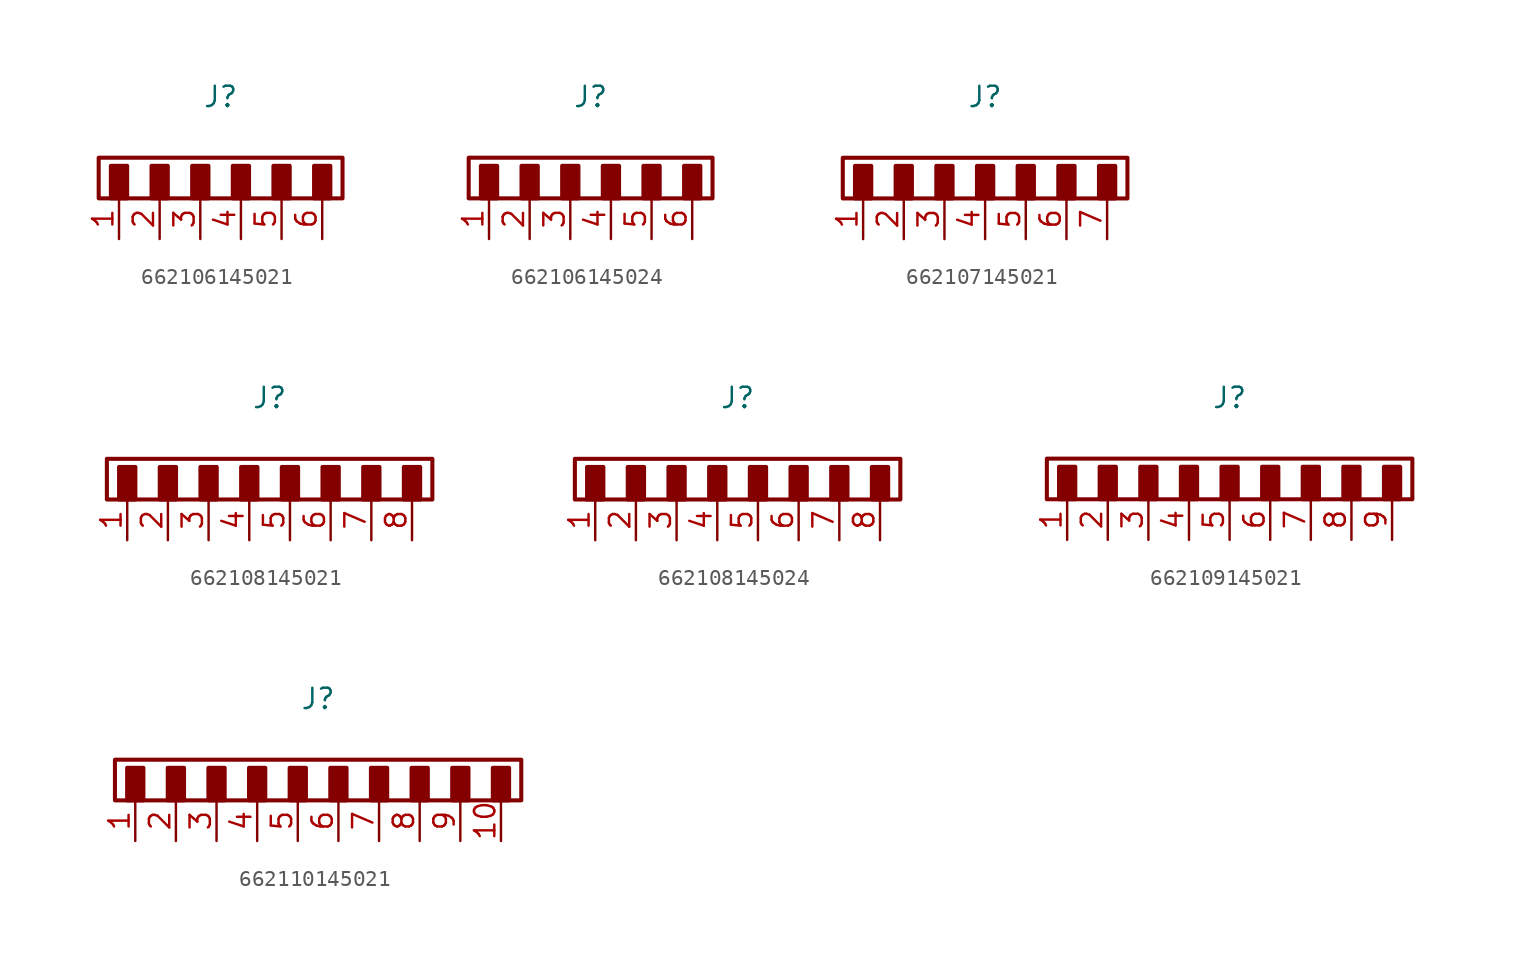
<source format=kicad_sym>
(kicad_symbol_lib
  (version 20241209)
  (generator "kicad_symbol_editor")
  (generator_version "9.0")
  (symbol "662106145021"
    (pin_names
      (hide yes))
    (property "Reference" "J"
      (at 0 5.08 0)
      (effects (font (size 1.27 1.27))))
    (symbol "662106145021_1_1"
      (rectangle (start -7.62 1.27) (end 7.62 -1.27) (stroke (width 0.254) (type solid)) (fill (type none)))
      (rectangle (start -6.858 0.762) (end -5.842 -1.27) (stroke (width 0.254) (type solid)) (fill (type outline)))
      (rectangle (start -3.302 -1.27) (end -4.318 0.762) (stroke (width 0.254) (type solid)) (fill (type outline)))
      (rectangle (start -0.762 -1.27) (end -1.778 0.762) (stroke (width 0.254) (type solid)) (fill (type outline)))
      (rectangle (start 1.778 -1.27) (end 0.762 0.762) (stroke (width 0.254) (type solid)) (fill (type outline)))
      (rectangle (start 4.318 -1.27) (end 3.302 0.762) (stroke (width 0.254) (type solid)) (fill (type outline)))
      (rectangle (start 6.858 -1.27) (end 5.842 0.762) (stroke (width 0.254) (type solid)) (fill (type outline)))
      (pin passive line (at -6.35 -3.81 90) (length 2.54) (name "1" (effects (font (size 1.27 1.27)))) (number "1" (effects (font (size 1.27 1.27)))))
      (pin passive line (at -3.81 -3.81 90) (length 2.54) (name "2" (effects (font (size 1.27 1.27)))) (number "2" (effects (font (size 1.27 1.27)))))
      (pin passive line (at -1.27 -3.81 90) (length 2.54) (name "3" (effects (font (size 1.27 1.27)))) (number "3" (effects (font (size 1.27 1.27)))))
      (pin passive line (at 1.27 -3.81 90) (length 2.54) (name "4" (effects (font (size 1.27 1.27)))) (number "4" (effects (font (size 1.27 1.27)))))
      (pin passive line (at 3.81 -3.81 90) (length 2.54) (name "5" (effects (font (size 1.27 1.27)))) (number "5" (effects (font (size 1.27 1.27)))))
      (pin passive line (at 6.35 -3.81 90) (length 2.54) (name "6" (effects (font (size 1.27 1.27)))) (number "6" (effects (font (size 1.27 1.27)))))))
  (symbol "662106145024"
    (pin_names
      (hide yes))
    (property "Reference" "J"
      (at 0 5.08 0)
      (effects (font (size 1.27 1.27))))
    (symbol "662106145024_1_1"
      (rectangle (start -7.62 1.27) (end 7.62 -1.27) (stroke (width 0.254) (type solid)) (fill (type none)))
      (rectangle (start -6.858 0.762) (end -5.842 -1.27) (stroke (width 0.254) (type solid)) (fill (type outline)))
      (rectangle (start -3.302 -1.27) (end -4.318 0.762) (stroke (width 0.254) (type solid)) (fill (type outline)))
      (rectangle (start -1.778 0.762) (end -0.762 -1.27) (stroke (width 0.254) (type solid)) (fill (type outline)))
      (rectangle (start 1.778 -1.27) (end 0.762 0.762) (stroke (width 0.254) (type solid)) (fill (type outline)))
      (rectangle (start 3.302 0.762) (end 4.318 -1.27) (stroke (width 0.254) (type solid)) (fill (type outline)))
      (rectangle (start 6.858 -1.27) (end 5.842 0.762) (stroke (width 0.254) (type solid)) (fill (type outline)))
      (pin passive line (at -6.35 -3.81 90) (length 2.54) (name "1" (effects (font (size 1.27 1.27)))) (number "1" (effects (font (size 1.27 1.27)))))
      (pin passive line (at -3.81 -3.81 90) (length 2.54) (name "2" (effects (font (size 1.27 1.27)))) (number "2" (effects (font (size 1.27 1.27)))))
      (pin passive line (at -1.27 -3.81 90) (length 2.54) (name "3" (effects (font (size 1.27 1.27)))) (number "3" (effects (font (size 1.27 1.27)))))
      (pin passive line (at 1.27 -3.81 90) (length 2.54) (name "4" (effects (font (size 1.27 1.27)))) (number "4" (effects (font (size 1.27 1.27)))))
      (pin passive line (at 3.81 -3.81 90) (length 2.54) (name "5" (effects (font (size 1.27 1.27)))) (number "5" (effects (font (size 1.27 1.27)))))
      (pin passive line (at 6.35 -3.81 90) (length 2.54) (name "6" (effects (font (size 1.27 1.27)))) (number "6" (effects (font (size 1.27 1.27)))))))
  (symbol "662107145021"
    (pin_names
      (hide yes))
    (property "Reference" "J"
      (at 0 5.08 0)
      (effects (font (size 1.27 1.27))))
    (symbol "662107145021_1_1"
      (rectangle (start -8.89 1.27) (end 8.89 -1.27) (stroke (width 0.254) (type solid)) (fill (type none)))
      (rectangle (start -8.128 0.762) (end -7.112 -1.27) (stroke (width 0.254) (type solid)) (fill (type outline)))
      (rectangle (start -4.572 -1.27) (end -5.588 0.762) (stroke (width 0.254) (type solid)) (fill (type outline)))
      (rectangle (start -2.032 -1.27) (end -3.048 0.762) (stroke (width 0.254) (type solid)) (fill (type outline)))
      (rectangle (start 0.508 -1.27) (end -0.508 0.762) (stroke (width 0.254) (type solid)) (fill (type outline)))
      (rectangle (start 3.048 -1.27) (end 2.032 0.762) (stroke (width 0.254) (type solid)) (fill (type outline)))
      (rectangle (start 5.588 -1.27) (end 4.572 0.762) (stroke (width 0.254) (type solid)) (fill (type outline)))
      (rectangle (start 8.128 -1.27) (end 7.112 0.762) (stroke (width 0.254) (type solid)) (fill (type outline)))
      (pin passive line (at -7.62 -3.81 90) (length 2.54) (name "1" (effects (font (size 1.27 1.27)))) (number "1" (effects (font (size 1.27 1.27)))))
      (pin passive line (at -5.08 -3.81 90) (length 2.54) (name "2" (effects (font (size 1.27 1.27)))) (number "2" (effects (font (size 1.27 1.27)))))
      (pin passive line (at -2.54 -3.81 90) (length 2.54) (name "3" (effects (font (size 1.27 1.27)))) (number "3" (effects (font (size 1.27 1.27)))))
      (pin passive line (at 0 -3.81 90) (length 2.54) (name "4" (effects (font (size 1.27 1.27)))) (number "4" (effects (font (size 1.27 1.27)))))
      (pin passive line (at 2.54 -3.81 90) (length 2.54) (name "5" (effects (font (size 1.27 1.27)))) (number "5" (effects (font (size 1.27 1.27)))))
      (pin passive line (at 5.08 -3.81 90) (length 2.54) (name "6" (effects (font (size 1.27 1.27)))) (number "6" (effects (font (size 1.27 1.27)))))
      (pin passive line (at 7.62 -3.81 90) (length 2.54) (name "7" (effects (font (size 1.27 1.27)))) (number "7" (effects (font (size 1.27 1.27)))))))
  (symbol "662108145021"
    (pin_names
      (hide yes))
    (property "Reference" "J"
      (at 0 5.08 0)
      (effects (font (size 1.27 1.27))))
    (symbol "662108145021_1_1"
      (rectangle (start -10.16 1.27) (end 10.16 -1.27) (stroke (width 0.254) (type solid)) (fill (type none)))
      (rectangle (start -9.398 0.762) (end -8.382 -1.27) (stroke (width 0.254) (type solid)) (fill (type outline)))
      (rectangle (start -5.842 -1.27) (end -6.858 0.762) (stroke (width 0.254) (type solid)) (fill (type outline)))
      (rectangle (start -3.302 -1.27) (end -4.318 0.762) (stroke (width 0.254) (type solid)) (fill (type outline)))
      (rectangle (start -0.762 -1.27) (end -1.778 0.762) (stroke (width 0.254) (type solid)) (fill (type outline)))
      (rectangle (start 1.778 -1.27) (end 0.762 0.762) (stroke (width 0.254) (type solid)) (fill (type outline)))
      (rectangle (start 4.318 -1.27) (end 3.302 0.762) (stroke (width 0.254) (type solid)) (fill (type outline)))
      (rectangle (start 6.858 -1.27) (end 5.842 0.762) (stroke (width 0.254) (type solid)) (fill (type outline)))
      (rectangle (start 9.398 -1.27) (end 8.382 0.762) (stroke (width 0.254) (type solid)) (fill (type outline)))
      (pin passive line (at -8.89 -3.81 90) (length 2.54) (name "1" (effects (font (size 1.27 1.27)))) (number "1" (effects (font (size 1.27 1.27)))))
      (pin passive line (at -6.35 -3.81 90) (length 2.54) (name "2" (effects (font (size 1.27 1.27)))) (number "2" (effects (font (size 1.27 1.27)))))
      (pin passive line (at -3.81 -3.81 90) (length 2.54) (name "3" (effects (font (size 1.27 1.27)))) (number "3" (effects (font (size 1.27 1.27)))))
      (pin passive line (at -1.27 -3.81 90) (length 2.54) (name "4" (effects (font (size 1.27 1.27)))) (number "4" (effects (font (size 1.27 1.27)))))
      (pin passive line (at 1.27 -3.81 90) (length 2.54) (name "5" (effects (font (size 1.27 1.27)))) (number "5" (effects (font (size 1.27 1.27)))))
      (pin passive line (at 3.81 -3.81 90) (length 2.54) (name "6" (effects (font (size 1.27 1.27)))) (number "6" (effects (font (size 1.27 1.27)))))
      (pin passive line (at 6.35 -3.81 90) (length 2.54) (name "7" (effects (font (size 1.27 1.27)))) (number "7" (effects (font (size 1.27 1.27)))))
      (pin passive line (at 8.89 -3.81 90) (length 2.54) (name "8" (effects (font (size 1.27 1.27)))) (number "8" (effects (font (size 1.27 1.27)))))))
  (symbol "662108145024"
    (pin_names
      (hide yes))
    (property "Reference" "J"
      (at 0 5.08 0)
      (effects (font (size 1.27 1.27))))
    (symbol "662108145024_1_1"
      (rectangle (start -10.16 1.27) (end 10.16 -1.27) (stroke (width 0.254) (type solid)) (fill (type none)))
      (rectangle (start -9.398 0.762) (end -8.382 -1.27) (stroke (width 0.254) (type solid)) (fill (type outline)))
      (rectangle (start -5.842 -1.27) (end -6.858 0.762) (stroke (width 0.254) (type solid)) (fill (type outline)))
      (rectangle (start -4.318 0.762) (end -3.302 -1.27) (stroke (width 0.254) (type solid)) (fill (type outline)))
      (rectangle (start -0.762 -1.27) (end -1.778 0.762) (stroke (width 0.254) (type solid)) (fill (type outline)))
      (rectangle (start 0.762 0.762) (end 1.778 -1.27) (stroke (width 0.254) (type solid)) (fill (type outline)))
      (rectangle (start 4.318 -1.27) (end 3.302 0.762) (stroke (width 0.254) (type solid)) (fill (type outline)))
      (rectangle (start 5.842 0.762) (end 6.858 -1.27) (stroke (width 0.254) (type solid)) (fill (type outline)))
      (rectangle (start 9.398 -1.27) (end 8.382 0.762) (stroke (width 0.254) (type solid)) (fill (type outline)))
      (pin passive line (at -8.89 -3.81 90) (length 2.54) (name "1" (effects (font (size 1.27 1.27)))) (number "1" (effects (font (size 1.27 1.27)))))
      (pin passive line (at -6.35 -3.81 90) (length 2.54) (name "2" (effects (font (size 1.27 1.27)))) (number "2" (effects (font (size 1.27 1.27)))))
      (pin passive line (at -3.81 -3.81 90) (length 2.54) (name "3" (effects (font (size 1.27 1.27)))) (number "3" (effects (font (size 1.27 1.27)))))
      (pin passive line (at -1.27 -3.81 90) (length 2.54) (name "4" (effects (font (size 1.27 1.27)))) (number "4" (effects (font (size 1.27 1.27)))))
      (pin passive line (at 1.27 -3.81 90) (length 2.54) (name "5" (effects (font (size 1.27 1.27)))) (number "5" (effects (font (size 1.27 1.27)))))
      (pin passive line (at 3.81 -3.81 90) (length 2.54) (name "6" (effects (font (size 1.27 1.27)))) (number "6" (effects (font (size 1.27 1.27)))))
      (pin passive line (at 6.35 -3.81 90) (length 2.54) (name "7" (effects (font (size 1.27 1.27)))) (number "7" (effects (font (size 1.27 1.27)))))
      (pin passive line (at 8.89 -3.81 90) (length 2.54) (name "8" (effects (font (size 1.27 1.27)))) (number "8" (effects (font (size 1.27 1.27)))))))
  (symbol "662109145021"
    (pin_names
      (hide yes))
    (property "Reference" "J"
      (at 0 5.08 0)
      (effects (font (size 1.27 1.27))))
    (symbol "662109145021_1_1"
      (rectangle (start -11.43 1.27) (end 11.43 -1.27) (stroke (width 0.254) (type solid)) (fill (type none)))
      (rectangle (start -10.668 0.762) (end -9.652 -1.27) (stroke (width 0.254) (type solid)) (fill (type outline)))
      (rectangle (start -7.112 -1.27) (end -8.128 0.762) (stroke (width 0.254) (type solid)) (fill (type outline)))
      (rectangle (start -4.572 -1.27) (end -5.588 0.762) (stroke (width 0.254) (type solid)) (fill (type outline)))
      (rectangle (start -2.032 -1.27) (end -3.048 0.762) (stroke (width 0.254) (type solid)) (fill (type outline)))
      (rectangle (start 0.508 -1.27) (end -0.508 0.762) (stroke (width 0.254) (type solid)) (fill (type outline)))
      (rectangle (start 3.048 -1.27) (end 2.032 0.762) (stroke (width 0.254) (type solid)) (fill (type outline)))
      (rectangle (start 5.588 -1.27) (end 4.572 0.762) (stroke (width 0.254) (type solid)) (fill (type outline)))
      (rectangle (start 8.128 -1.27) (end 7.112 0.762) (stroke (width 0.254) (type solid)) (fill (type outline)))
      (rectangle (start 10.668 -1.27) (end 9.652 0.762) (stroke (width 0.254) (type solid)) (fill (type outline)))
      (pin passive line (at -10.16 -3.81 90) (length 2.54) (name "1" (effects (font (size 1.27 1.27)))) (number "1" (effects (font (size 1.27 1.27)))))
      (pin passive line (at -7.62 -3.81 90) (length 2.54) (name "2" (effects (font (size 1.27 1.27)))) (number "2" (effects (font (size 1.27 1.27)))))
      (pin passive line (at -5.08 -3.81 90) (length 2.54) (name "3" (effects (font (size 1.27 1.27)))) (number "3" (effects (font (size 1.27 1.27)))))
      (pin passive line (at -2.54 -3.81 90) (length 2.54) (name "4" (effects (font (size 1.27 1.27)))) (number "4" (effects (font (size 1.27 1.27)))))
      (pin passive line (at 0 -3.81 90) (length 2.54) (name "5" (effects (font (size 1.27 1.27)))) (number "5" (effects (font (size 1.27 1.27)))))
      (pin passive line (at 2.54 -3.81 90) (length 2.54) (name "6" (effects (font (size 1.27 1.27)))) (number "6" (effects (font (size 1.27 1.27)))))
      (pin passive line (at 5.08 -3.81 90) (length 2.54) (name "7" (effects (font (size 1.27 1.27)))) (number "7" (effects (font (size 1.27 1.27)))))
      (pin passive line (at 7.62 -3.81 90) (length 2.54) (name "8" (effects (font (size 1.27 1.27)))) (number "8" (effects (font (size 1.27 1.27)))))
      (pin passive line (at 10.16 -3.81 90) (length 2.54) (name "9" (effects (font (size 1.27 1.27)))) (number "9" (effects (font (size 1.27 1.27)))))))
  (symbol "662110145021"
    (pin_names
      (hide yes))
    (property "Reference" "J"
      (at 0 5.08 0)
      (effects (font (size 1.27 1.27))))
    (symbol "662110145021_1_1"
      (rectangle (start -12.7 1.27) (end 12.7 -1.27) (stroke (width 0.254) (type solid)) (fill (type none)))
      (rectangle (start -11.938 0.762) (end -10.922 -1.27) (stroke (width 0.254) (type solid)) (fill (type outline)))
      (rectangle (start -8.382 -1.27) (end -9.398 0.762) (stroke (width 0.254) (type solid)) (fill (type outline)))
      (rectangle (start -5.842 -1.27) (end -6.858 0.762) (stroke (width 0.254) (type solid)) (fill (type outline)))
      (rectangle (start -3.302 -1.27) (end -4.318 0.762) (stroke (width 0.254) (type solid)) (fill (type outline)))
      (rectangle (start -0.762 -1.27) (end -1.778 0.762) (stroke (width 0.254) (type solid)) (fill (type outline)))
      (rectangle (start 1.778 -1.27) (end 0.762 0.762) (stroke (width 0.254) (type solid)) (fill (type outline)))
      (rectangle (start 4.318 -1.27) (end 3.302 0.762) (stroke (width 0.254) (type solid)) (fill (type outline)))
      (rectangle (start 6.858 -1.27) (end 5.842 0.762) (stroke (width 0.254) (type solid)) (fill (type outline)))
      (rectangle (start 9.398 -1.27) (end 8.382 0.762) (stroke (width 0.254) (type solid)) (fill (type outline)))
      (rectangle (start 11.938 -1.27) (end 10.922 0.762) (stroke (width 0.254) (type solid)) (fill (type outline)))
      (pin passive line (at -11.43 -3.81 90) (length 2.54) (name "1" (effects (font (size 1.27 1.27)))) (number "1" (effects (font (size 1.27 1.27)))))
      (pin passive line (at -8.89 -3.81 90) (length 2.54) (name "2" (effects (font (size 1.27 1.27)))) (number "2" (effects (font (size 1.27 1.27)))))
      (pin passive line (at -6.35 -3.81 90) (length 2.54) (name "3" (effects (font (size 1.27 1.27)))) (number "3" (effects (font (size 1.27 1.27)))))
      (pin passive line (at -3.81 -3.81 90) (length 2.54) (name "4" (effects (font (size 1.27 1.27)))) (number "4" (effects (font (size 1.27 1.27)))))
      (pin passive line (at -1.27 -3.81 90) (length 2.54) (name "5" (effects (font (size 1.27 1.27)))) (number "5" (effects (font (size 1.27 1.27)))))
      (pin passive line (at 1.27 -3.81 90) (length 2.54) (name "6" (effects (font (size 1.27 1.27)))) (number "6" (effects (font (size 1.27 1.27)))))
      (pin passive line (at 3.81 -3.81 90) (length 2.54) (name "7" (effects (font (size 1.27 1.27)))) (number "7" (effects (font (size 1.27 1.27)))))
      (pin passive line (at 6.35 -3.81 90) (length 2.54) (name "8" (effects (font (size 1.27 1.27)))) (number "8" (effects (font (size 1.27 1.27)))))
      (pin passive line (at 8.89 -3.81 90) (length 2.54) (name "9" (effects (font (size 1.27 1.27)))) (number "9" (effects (font (size 1.27 1.27)))))
      (pin passive line (at 11.43 -3.81 90) (length 2.54) (name "10" (effects (font (size 1.27 1.27)))) (number "10" (effects (font (size 1.27 1.27))))))))
</source>
